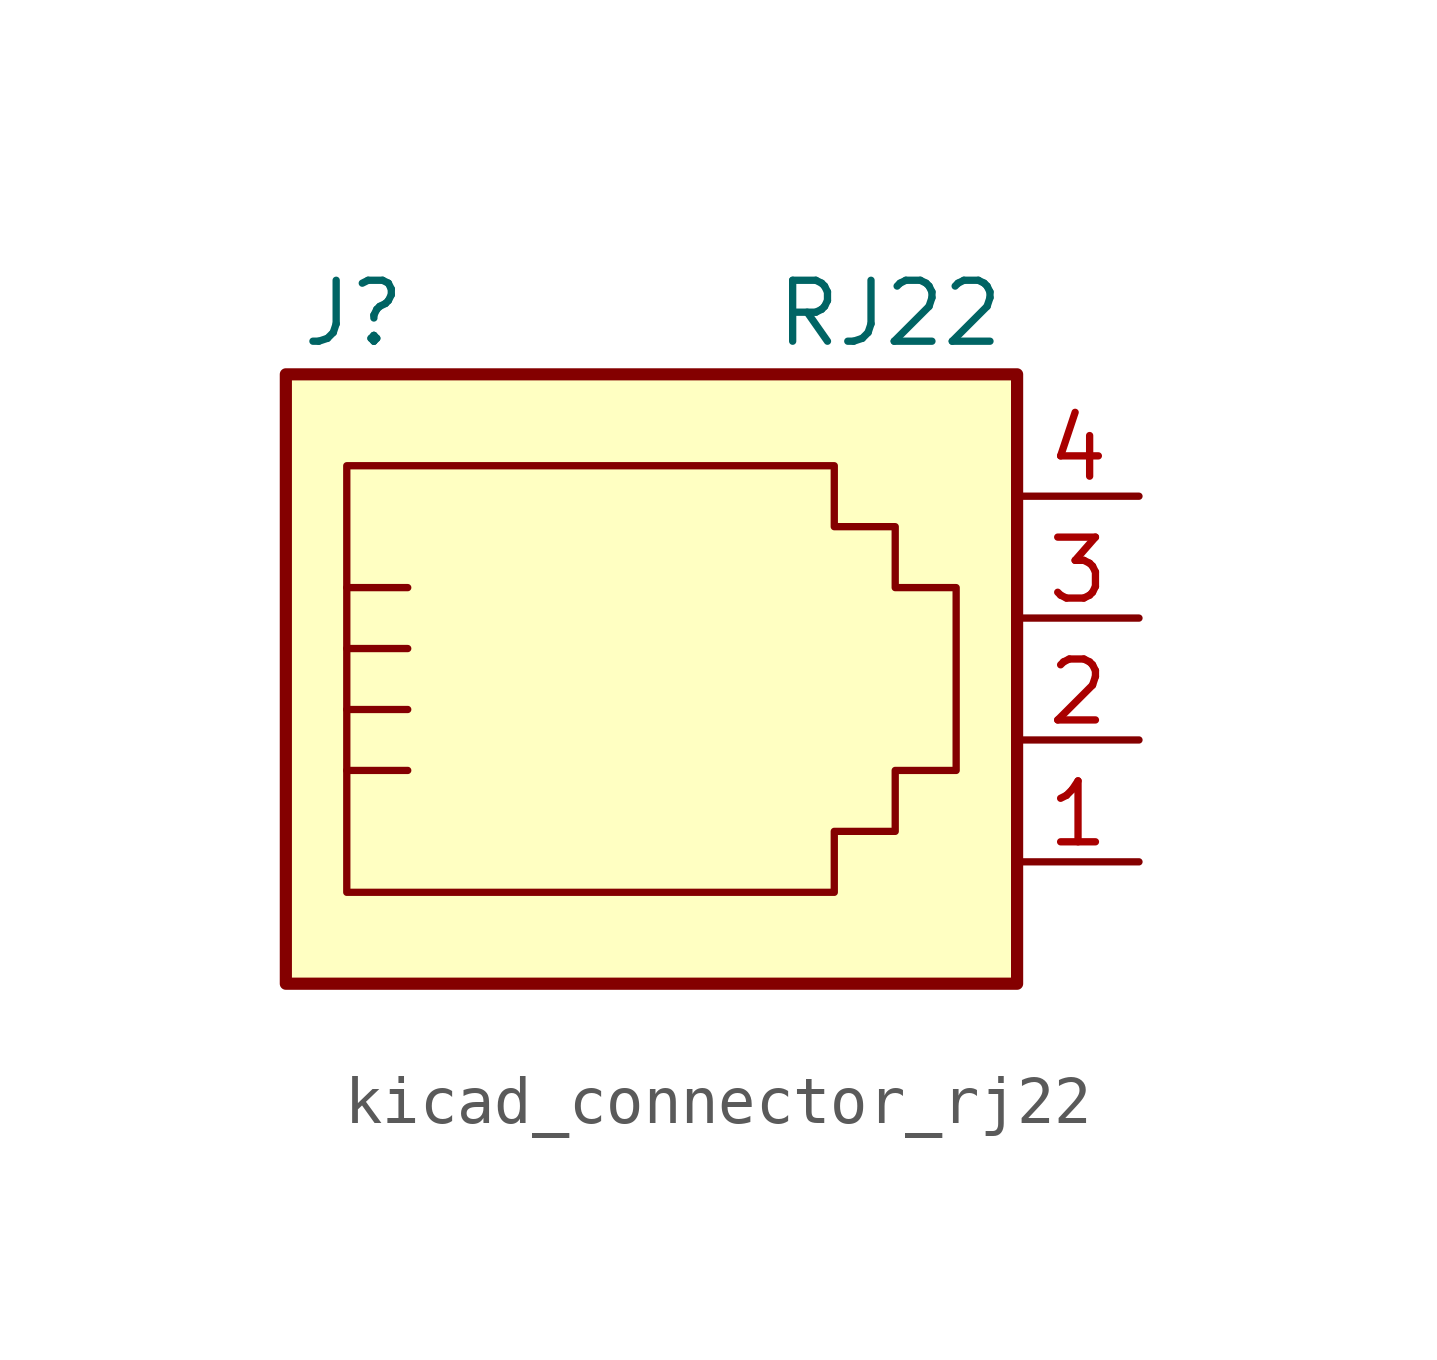
<source format=kicad_sym>
(kicad_symbol_lib
  (version 20220914)
  (generator kicad_symbol_editor)
  (symbol "kicad_connector_rj22"
    (pin_names
      (offset 1.016))
    (property "Reference" "J"
      (at -5.08 8.89 0)
      (effects (font (size 1.27 1.27)) (justify right)))
    (property "Value" "RJ22"
      (at 2.54 8.89 0)
      (effects (font (size 1.27 1.27)) (justify left)))
    (symbol "kicad_connector_rj22_0_1"
      (polyline (pts (xy -6.35 -0.635) (xy -5.08 -0.635) (xy -5.08 -0.635)) (stroke (width 0) (type default)) (fill (type none)))
      (polyline (pts (xy -6.35 0.635) (xy -5.08 0.635) (xy -5.08 0.635)) (stroke (width 0) (type default)) (fill (type none)))
      (polyline (pts (xy -6.35 1.905) (xy -5.08 1.905) (xy -5.08 1.905)) (stroke (width 0) (type default)) (fill (type none)))
      (polyline (pts (xy -6.35 3.175) (xy -5.08 3.175) (xy -5.08 3.175)) (stroke (width 0) (type default)) (fill (type none)))
      (polyline (pts (xy -6.35 -3.175) (xy -6.35 5.715) (xy -1.27 5.715) (xy 3.81 5.715) (xy 3.81 4.445) (xy 5.08 4.445) (xy 5.08 3.175) (xy 6.35 3.175) (xy 6.35 -0.635) (xy 5.08 -0.635) (xy 5.08 -1.905) (xy 3.81 -1.905) (xy 3.81 -3.175) (xy -6.35 -3.175) (xy -6.35 -3.175)) (stroke (width 0) (type default)) (fill (type none)))
      (rectangle (start 7.62 7.62) (end -7.62 -5.08) (stroke (width 0.254) (type default)) (fill (type background))))
    (symbol "kicad_connector_rj22_1_1"
      (pin passive line (at 10.16 -2.54 180) (length 2.54) (name "~" (effects (font (size 1.27 1.27)))) (number "1" (effects (font (size 1.27 1.27)))))
      (pin passive line (at 10.16 0 180) (length 2.54) (name "~" (effects (font (size 1.27 1.27)))) (number "2" (effects (font (size 1.27 1.27)))))
      (pin passive line (at 10.16 2.54 180) (length 2.54) (name "~" (effects (font (size 1.27 1.27)))) (number "3" (effects (font (size 1.27 1.27)))))
      (pin passive line (at 10.16 5.08 180) (length 2.54) (name "~" (effects (font (size 1.27 1.27)))) (number "4" (effects (font (size 1.27 1.27))))))))
</source>
